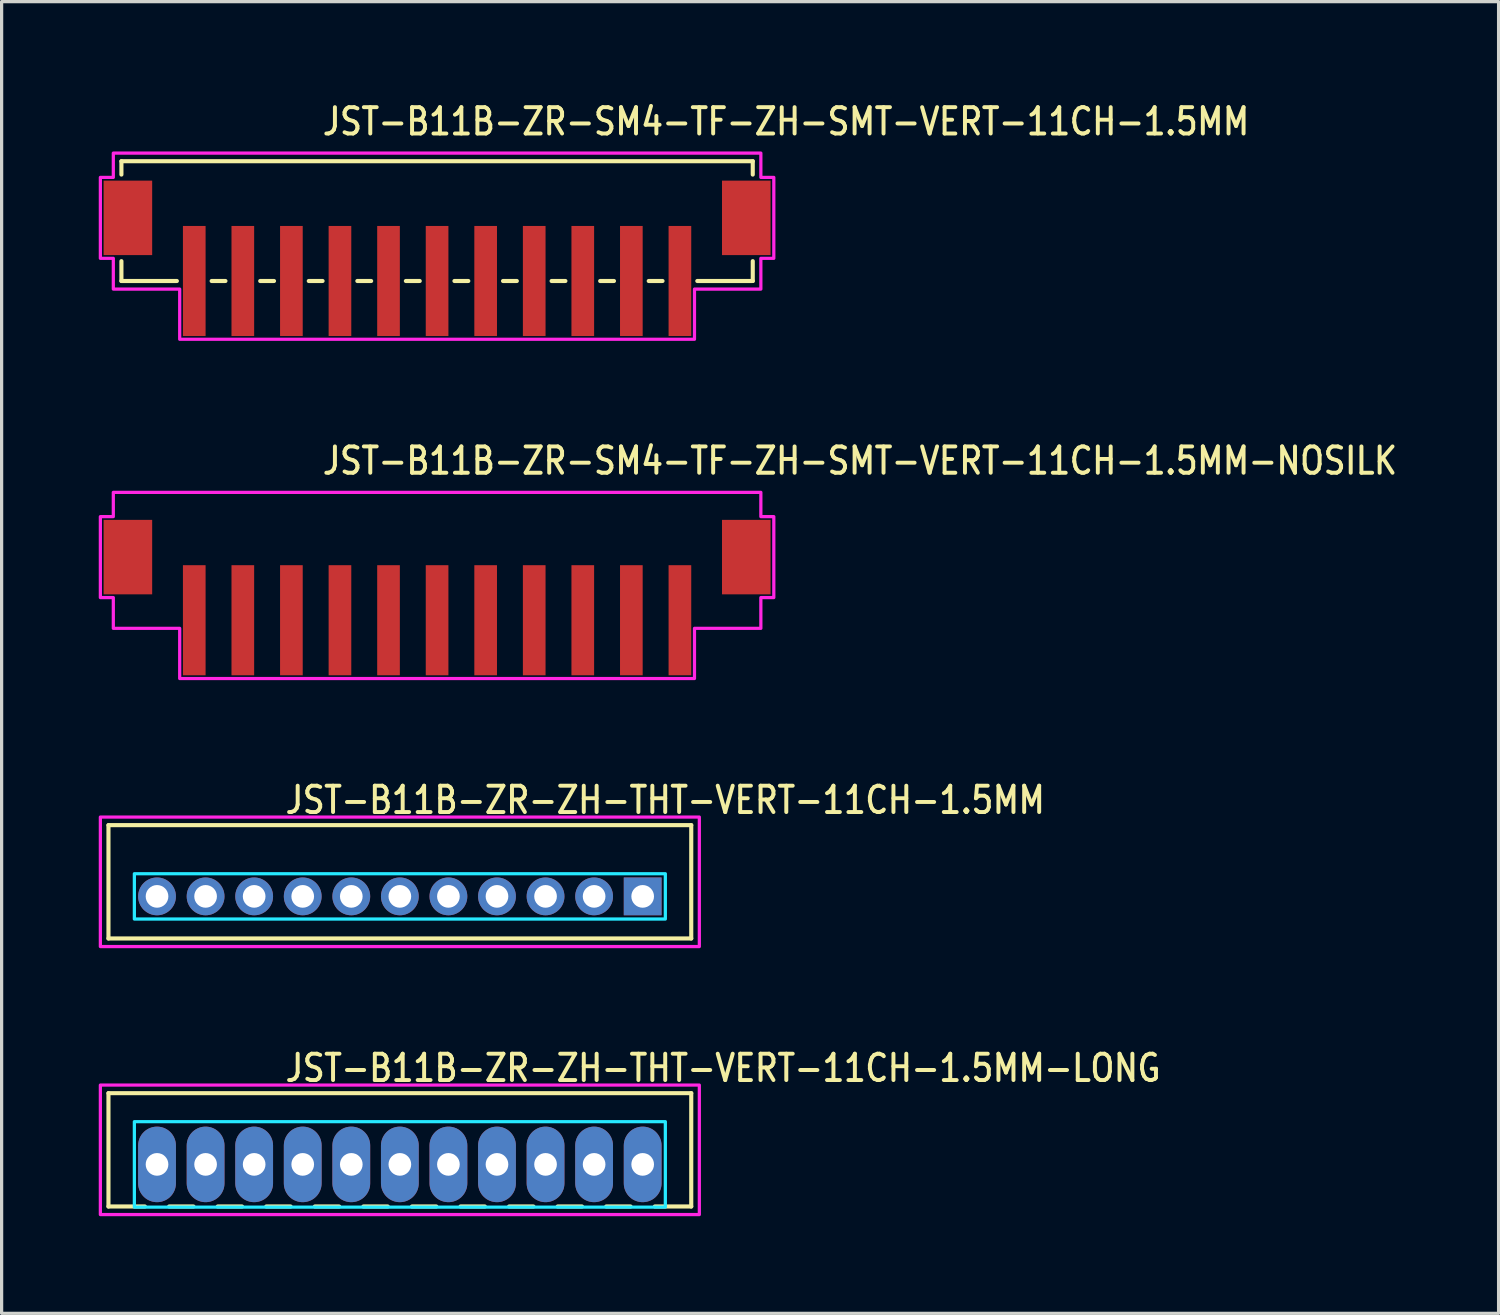
<source format=kicad_pcb>
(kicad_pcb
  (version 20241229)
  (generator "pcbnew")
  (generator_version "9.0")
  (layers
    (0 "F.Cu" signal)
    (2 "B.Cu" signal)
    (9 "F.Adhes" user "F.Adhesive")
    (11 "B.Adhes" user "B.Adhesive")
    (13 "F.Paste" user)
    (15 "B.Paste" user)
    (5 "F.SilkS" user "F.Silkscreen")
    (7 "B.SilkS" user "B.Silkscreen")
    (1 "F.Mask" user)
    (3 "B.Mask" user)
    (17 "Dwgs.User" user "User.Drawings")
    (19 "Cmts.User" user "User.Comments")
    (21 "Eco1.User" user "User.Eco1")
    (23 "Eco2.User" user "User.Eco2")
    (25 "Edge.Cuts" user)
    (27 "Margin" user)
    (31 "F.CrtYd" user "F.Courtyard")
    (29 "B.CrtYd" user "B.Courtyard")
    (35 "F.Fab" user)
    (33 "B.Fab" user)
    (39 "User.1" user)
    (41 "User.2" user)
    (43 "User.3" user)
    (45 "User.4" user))
  (footprint "JST-B11B-ZR-SM4-TF-ZH-SMT-VERT-11CH-1.5MM"
    (layer "F.Cu")
    (at 10.45 3.679)
    (property "Reference" "JST-B11B-ZR-SM4-TF-ZH-SMT-VERT-11CH-1.5MM" (at -3.6 -2.5 0) (unlocked yes) (layer "F.SilkS") (effects (font (size 0.813 0.695) (thickness 0.122)) (justify left bottom)))
    (fp_line (start -9.75 -1.75) (end -9.75 -1.337) (stroke (width 0.127) (type solid)) (layer "F.SilkS"))
    (fp_line (start -9.75 -1.75) (end 9.75 -1.75) (stroke (width 0.127) (type solid)) (layer "F.SilkS"))
    (fp_line (start -9.75 1.95) (end -9.75 1.337) (stroke (width 0.127) (type solid)) (layer "F.SilkS"))
    (fp_line (start -9.75 1.95) (end -8.037 1.95) (stroke (width 0.127) (type solid)) (layer "F.SilkS"))
    (fp_line (start -6.963 1.95) (end -6.537 1.95) (stroke (width 0.127) (type solid)) (layer "F.SilkS"))
    (fp_line (start -5.463 1.95) (end -5.037 1.95) (stroke (width 0.127) (type solid)) (layer "F.SilkS"))
    (fp_line (start -3.963 1.95) (end -3.537 1.95) (stroke (width 0.127) (type solid)) (layer "F.SilkS"))
    (fp_line (start -2.463 1.95) (end -2.037 1.95) (stroke (width 0.127) (type solid)) (layer "F.SilkS"))
    (fp_line (start -0.964 1.95) (end -0.536 1.95) (stroke (width 0.127) (type solid)) (layer "F.SilkS"))
    (fp_line (start 0.536 1.95) (end 0.964 1.95) (stroke (width 0.127) (type solid)) (layer "F.SilkS"))
    (fp_line (start 2.037 1.95) (end 2.463 1.95) (stroke (width 0.127) (type solid)) (layer "F.SilkS"))
    (fp_line (start 3.537 1.95) (end 3.963 1.95) (stroke (width 0.127) (type solid)) (layer "F.SilkS"))
    (fp_line (start 5.037 1.95) (end 5.463 1.95) (stroke (width 0.127) (type solid)) (layer "F.SilkS"))
    (fp_line (start 6.537 1.95) (end 6.963 1.95) (stroke (width 0.127) (type solid)) (layer "F.SilkS"))
    (fp_line (start 8.037 1.95) (end 9.75 1.95) (stroke (width 0.127) (type solid)) (layer "F.SilkS"))
    (fp_line (start 9.75 -1.337) (end 9.75 -1.75) (stroke (width 0.127) (type solid)) (layer "F.SilkS"))
    (fp_line (start 9.75 1.337) (end 9.75 1.95) (stroke (width 0.127) (type solid)) (layer "F.SilkS"))
    (fp_poly (pts (xy -10 -2) (xy -10 -1.25) (xy -10.4 -1.25) (xy -10.4 1.25) (xy -10 1.25) (xy -10 2.2) (xy -7.95 2.2) (xy -7.95 3.75) (xy 7.95 3.75) (xy 7.95 2.2) (xy 10 2.2) (xy 10 1.25) (xy 10.4 1.25) (xy 10.4 -1.25) (xy 10 -1.25) (xy 10 -2)) (stroke (width 0.1) (type solid)) (fill no) (layer "F.CrtYd"))
    (pad "1" smd rect (at -7.5 1.95) (size 0.7 3.4) (layers "F.Cu" "F.Mask" "F.Paste"))
    (pad "2" smd rect (at -6 1.95) (size 0.7 3.4) (layers "F.Cu" "F.Mask" "F.Paste"))
    (pad "3" smd rect (at -4.5 1.95) (size 0.7 3.4) (layers "F.Cu" "F.Mask" "F.Paste"))
    (pad "4" smd rect (at -3 1.95) (size 0.7 3.4) (layers "F.Cu" "F.Mask" "F.Paste"))
    (pad "5" smd rect (at -1.5 1.95) (size 0.7 3.4) (layers "F.Cu" "F.Mask" "F.Paste"))
    (pad "6" smd rect (at 0 1.95) (size 0.7 3.4) (layers "F.Cu" "F.Mask" "F.Paste"))
    (pad "7" smd rect (at 1.5 1.95) (size 0.7 3.4) (layers "F.Cu" "F.Mask" "F.Paste"))
    (pad "8" smd rect (at 3 1.95) (size 0.7 3.4) (layers "F.Cu" "F.Mask" "F.Paste"))
    (pad "9" smd rect (at 4.5 1.95) (size 0.7 3.4) (layers "F.Cu" "F.Mask" "F.Paste"))
    (pad "10" smd rect (at 6 1.95) (size 0.7 3.4) (layers "F.Cu" "F.Mask" "F.Paste"))
    (pad "11" smd rect (at 7.5 1.95) (size 0.7 3.4) (layers "F.Cu" "F.Mask" "F.Paste"))
    (pad "S_12" smd rect (at 9.55 0) (size 1.5 2.3) (layers "F.Cu" "F.Mask" "F.Paste"))
    (pad "S_13" smd rect (at -9.55 0) (size 1.5 2.3) (layers "F.Cu" "F.Mask" "F.Paste")))
  (footprint "JST-B11B-ZR-ZH-THT-VERT-11CH-1.5MM"
    (layer "F.Cu")
    (at 9.3 24.636)
    (property "Reference" "JST-B11B-ZR-ZH-THT-VERT-11CH-1.5MM" (at -3.6 -2.5 0) (unlocked yes) (layer "F.SilkS") (effects (font (size 0.813 0.695) (thickness 0.122)) (justify left bottom)))
    (fp_line (start -9 -2.2) (end 9 -2.2) (stroke (width 0.127) (type solid)) (layer "F.SilkS"))
    (fp_line (start -9 1.3) (end -9 -2.2) (stroke (width 0.127) (type solid)) (layer "F.SilkS"))
    (fp_line (start -9 1.3) (end 9 1.3) (stroke (width 0.127) (type solid)) (layer "F.SilkS"))
    (fp_line (start 9 -2.2) (end 9 1.3) (stroke (width 0.127) (type solid)) (layer "F.SilkS"))
    (fp_poly (pts (xy -8.2 -0.7) (xy -8.2 0.7) (xy 8.2 0.7) (xy 8.2 -0.7)) (stroke (width 0.1) (type solid)) (fill no) (layer "B.CrtYd"))
    (fp_poly (pts (xy -9.25 -2.45) (xy -9.25 1.55) (xy 9.25 1.55) (xy 9.25 -2.45)) (stroke (width 0.1) (type solid)) (fill no) (layer "F.CrtYd"))
    (pad "1" thru_hole rect (at 7.5 0) (size 1.167 1.167) (drill 0.7) (layers "*.Cu" "*.Mask"))
    (pad "2" thru_hole oval (at 6 0) (size 1.167 1.167) (drill 0.7) (layers "*.Cu" "*.Mask"))
    (pad "3" thru_hole oval (at 4.5 0) (size 1.167 1.167) (drill 0.7) (layers "*.Cu" "*.Mask"))
    (pad "4" thru_hole oval (at 3 0) (size 1.167 1.167) (drill 0.7) (layers "*.Cu" "*.Mask"))
    (pad "5" thru_hole oval (at 1.5 0) (size 1.167 1.167) (drill 0.7) (layers "*.Cu" "*.Mask"))
    (pad "6" thru_hole oval (at 0 0) (size 1.167 1.167) (drill 0.7) (layers "*.Cu" "*.Mask"))
    (pad "7" thru_hole oval (at -1.5 0) (size 1.167 1.167) (drill 0.7) (layers "*.Cu" "*.Mask"))
    (pad "8" thru_hole oval (at -3 0) (size 1.167 1.167) (drill 0.7) (layers "*.Cu" "*.Mask"))
    (pad "9" thru_hole oval (at -4.5 0) (size 1.167 1.167) (drill 0.7) (layers "*.Cu" "*.Mask"))
    (pad "10" thru_hole oval (at -6 0) (size 1.167 1.167) (drill 0.7) (layers "*.Cu" "*.Mask"))
    (pad "11" thru_hole oval (at -7.5 0) (size 1.167 1.167) (drill 0.7) (layers "*.Cu" "*.Mask")))
  (footprint "JST-B11B-ZR-SM4-TF-ZH-SMT-VERT-11CH-1.5MM-NOSILK"
    (layer "F.Cu")
    (at 10.45 14.157)
    (property "Reference" "JST-B11B-ZR-SM4-TF-ZH-SMT-VERT-11CH-1.5MM-NOSILK" (at -3.6 -2.5 0) (unlocked yes) (layer "F.SilkS") (effects (font (size 0.813 0.695) (thickness 0.122)) (justify left bottom)))
    (fp_poly (pts (xy -10 -2) (xy -10 -1.25) (xy -10.4 -1.25) (xy -10.4 1.25) (xy -10 1.25) (xy -10 2.2) (xy -7.95 2.2) (xy -7.95 3.75) (xy 7.95 3.75) (xy 7.95 2.2) (xy 10 2.2) (xy 10 1.25) (xy 10.4 1.25) (xy 10.4 -1.25) (xy 10 -1.25) (xy 10 -2)) (stroke (width 0.1) (type solid)) (fill no) (layer "F.CrtYd"))
    (pad "1" smd rect (at -7.5 1.95) (size 0.7 3.4) (layers "F.Cu" "F.Mask" "F.Paste"))
    (pad "2" smd rect (at -6 1.95) (size 0.7 3.4) (layers "F.Cu" "F.Mask" "F.Paste"))
    (pad "3" smd rect (at -4.5 1.95) (size 0.7 3.4) (layers "F.Cu" "F.Mask" "F.Paste"))
    (pad "4" smd rect (at -3 1.95) (size 0.7 3.4) (layers "F.Cu" "F.Mask" "F.Paste"))
    (pad "5" smd rect (at -1.5 1.95) (size 0.7 3.4) (layers "F.Cu" "F.Mask" "F.Paste"))
    (pad "6" smd rect (at 0 1.95) (size 0.7 3.4) (layers "F.Cu" "F.Mask" "F.Paste"))
    (pad "7" smd rect (at 1.5 1.95) (size 0.7 3.4) (layers "F.Cu" "F.Mask" "F.Paste"))
    (pad "8" smd rect (at 3 1.95) (size 0.7 3.4) (layers "F.Cu" "F.Mask" "F.Paste"))
    (pad "9" smd rect (at 4.5 1.95) (size 0.7 3.4) (layers "F.Cu" "F.Mask" "F.Paste"))
    (pad "10" smd rect (at 6 1.95) (size 0.7 3.4) (layers "F.Cu" "F.Mask" "F.Paste"))
    (pad "11" smd rect (at 7.5 1.95) (size 0.7 3.4) (layers "F.Cu" "F.Mask" "F.Paste"))
    (pad "12" smd rect (at 9.55 0) (size 1.5 2.3) (layers "F.Cu" "F.Mask" "F.Paste"))
    (pad "13" smd rect (at -9.55 0) (size 1.5 2.3) (layers "F.Cu" "F.Mask" "F.Paste")))
  (footprint "JST-B11B-ZR-ZH-THT-VERT-11CH-1.5MM-LONG"
    (layer "F.Cu")
    (at 9.3 32.914)
    (property "Reference" "JST-B11B-ZR-ZH-THT-VERT-11CH-1.5MM-LONG" (at -3.6 -2.5 0) (unlocked yes) (layer "F.SilkS") (effects (font (size 0.813 0.695) (thickness 0.122)) (justify left bottom)))
    (fp_line (start -9 -2.2) (end 9 -2.2) (stroke (width 0.127) (type solid)) (layer "F.SilkS"))
    (fp_line (start -9 1.3) (end -9 -2.2) (stroke (width 0.127) (type solid)) (layer "F.SilkS"))
    (fp_line (start -9 1.3) (end -7.875 1.3) (stroke (width 0.127) (type solid)) (layer "F.SilkS"))
    (fp_line (start -7.125 1.3) (end -6.375 1.3) (stroke (width 0.127) (type solid)) (layer "F.SilkS"))
    (fp_line (start -5.625 1.3) (end -4.875 1.3) (stroke (width 0.127) (type solid)) (layer "F.SilkS"))
    (fp_line (start -4.125 1.3) (end -3.375 1.3) (stroke (width 0.127) (type solid)) (layer "F.SilkS"))
    (fp_line (start -2.625 1.3) (end -1.875 1.3) (stroke (width 0.127) (type solid)) (layer "F.SilkS"))
    (fp_line (start -1.125 1.3) (end -0.375 1.3) (stroke (width 0.127) (type solid)) (layer "F.SilkS"))
    (fp_line (start 0.375 1.3) (end 1.125 1.3) (stroke (width 0.127) (type solid)) (layer "F.SilkS"))
    (fp_line (start 1.875 1.3) (end 2.625 1.3) (stroke (width 0.127) (type solid)) (layer "F.SilkS"))
    (fp_line (start 3.375 1.3) (end 4.125 1.3) (stroke (width 0.127) (type solid)) (layer "F.SilkS"))
    (fp_line (start 4.875 1.3) (end 5.625 1.3) (stroke (width 0.127) (type solid)) (layer "F.SilkS"))
    (fp_line (start 6.375 1.3) (end 7.125 1.3) (stroke (width 0.127) (type solid)) (layer "F.SilkS"))
    (fp_line (start 7.875 1.3) (end 9 1.3) (stroke (width 0.127) (type solid)) (layer "F.SilkS"))
    (fp_line (start 9 -2.2) (end 9 1.3) (stroke (width 0.127) (type solid)) (layer "F.SilkS"))
    (fp_poly (pts (xy -8.2 -1.32) (xy -8.2 1.32) (xy 8.2 1.32) (xy 8.2 -1.32)) (stroke (width 0.1) (type solid)) (fill no) (layer "B.CrtYd"))
    (fp_poly (pts (xy -9.25 -2.45) (xy -9.25 1.55) (xy 9.25 1.55) (xy 9.25 -2.45)) (stroke (width 0.1) (type solid)) (fill no) (layer "F.CrtYd"))
    (pad "1" thru_hole oval (at 7.5 0 90) (size 2.333 1.167) (drill 0.7) (layers "*.Cu" "*.Mask"))
    (pad "2" thru_hole oval (at 6 0 90) (size 2.333 1.167) (drill 0.7) (layers "*.Cu" "*.Mask"))
    (pad "3" thru_hole oval (at 4.5 0 90) (size 2.333 1.167) (drill 0.7) (layers "*.Cu" "*.Mask"))
    (pad "4" thru_hole oval (at 3 0 90) (size 2.333 1.167) (drill 0.7) (layers "*.Cu" "*.Mask"))
    (pad "5" thru_hole oval (at 1.5 0 90) (size 2.333 1.167) (drill 0.7) (layers "*.Cu" "*.Mask"))
    (pad "6" thru_hole oval (at 0 0 90) (size 2.333 1.167) (drill 0.7) (layers "*.Cu" "*.Mask"))
    (pad "7" thru_hole oval (at -1.5 0 90) (size 2.333 1.167) (drill 0.7) (layers "*.Cu" "*.Mask"))
    (pad "8" thru_hole oval (at -3 0 90) (size 2.333 1.167) (drill 0.7) (layers "*.Cu" "*.Mask"))
    (pad "9" thru_hole oval (at -4.5 0 90) (size 2.333 1.167) (drill 0.7) (layers "*.Cu" "*.Mask"))
    (pad "10" thru_hole oval (at -6 0 90) (size 2.333 1.167) (drill 0.7) (layers "*.Cu" "*.Mask"))
    (pad "11" thru_hole oval (at -7.5 0 90) (size 2.333 1.167) (drill 0.7) (layers "*.Cu" "*.Mask")))
  (gr_rect
    (start -3 -3)
    (end 43.236 37.514)
    (stroke (width 0.1) (type default))
    (fill no)
    (layer "Edge.Cuts")))
</source>
